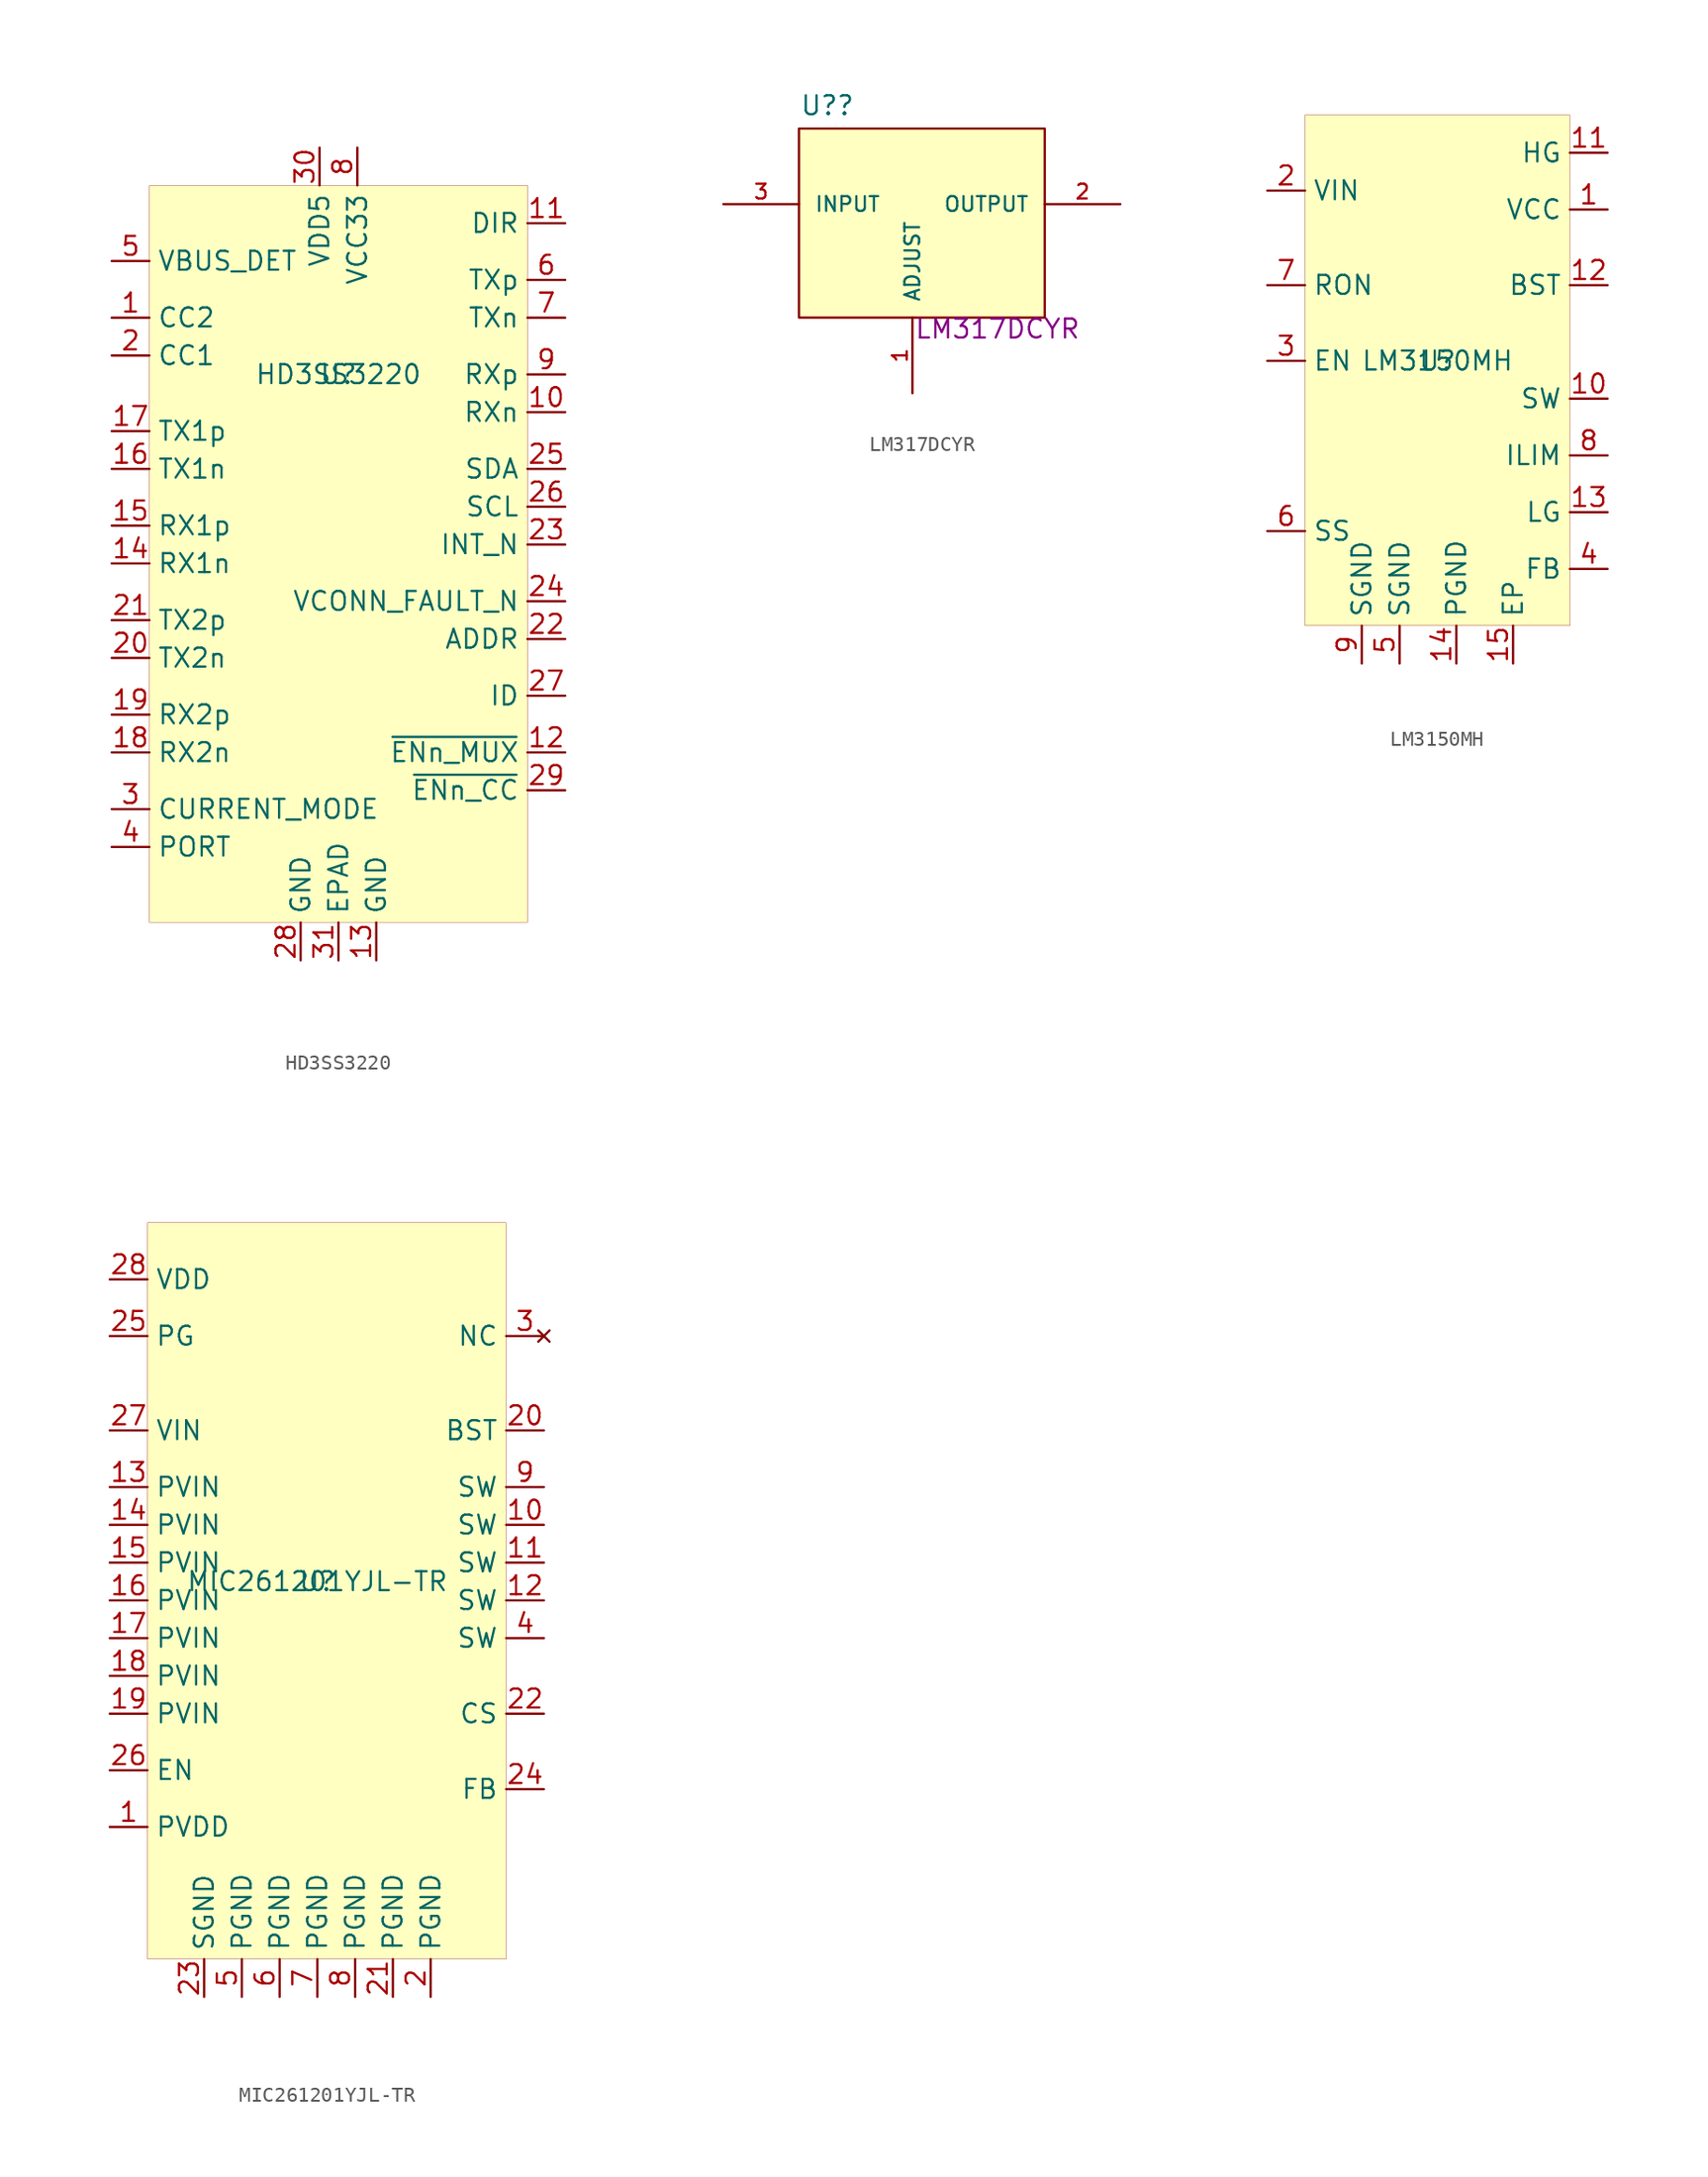
<source format=kicad_sym>
(kicad_symbol_lib
  (version 20210619)
  (generator kicad_symbol_editor)
  (symbol "eval-board-1_buck-regulator:HD3SS3220"
    (property "Reference" "U"
      (at 0 12.7 0)
      (effects (font (size 1.27 1.27))))
    (property "Value" "HD3SS3220"
      (at 0 12.7 0)
      (effects (font (size 1.27 1.27))))
    (symbol "HD3SS3220_0_1"
      (rectangle (start -12.7 25.4) (end 12.7 -24.13) (stroke (width 0.001)) (fill (type background))))
    (symbol "HD3SS3220_1_0"
      (pin bidirectional line (at -15.24 16.51 0) (length 2.54) (name "CC2" (effects (font (size 1.27 1.27)))) (number "1" (effects (font (size 1.27 1.27)))))
      (pin bidirectional line (at 15.24 10.16 180) (length 2.54) (name "RXn" (effects (font (size 1.27 1.27)))) (number "10" (effects (font (size 1.27 1.27)))))
      (pin output line (at 15.24 22.86 180) (length 2.54) (name "DIR" (effects (font (size 1.27 1.27)))) (number "11" (effects (font (size 1.27 1.27)))))
      (pin input line (at 15.24 -12.7 180) (length 2.54) (name "~{ENn_MUX}" (effects (font (size 1.27 1.27)))) (number "12" (effects (font (size 1.27 1.27)))))
      (pin power_in line (at 2.54 -26.67 90) (length 2.54) (name "GND" (effects (font (size 1.27 1.27)))) (number "13" (effects (font (size 1.27 1.27)))))
      (pin bidirectional line (at -15.24 0 0) (length 2.54) (name "RX1n" (effects (font (size 1.27 1.27)))) (number "14" (effects (font (size 1.27 1.27)))))
      (pin bidirectional line (at -15.24 2.54 0) (length 2.54) (name "RX1p" (effects (font (size 1.27 1.27)))) (number "15" (effects (font (size 1.27 1.27)))))
      (pin bidirectional line (at -15.24 6.35 0) (length 2.54) (name "TX1n" (effects (font (size 1.27 1.27)))) (number "16" (effects (font (size 1.27 1.27)))))
      (pin bidirectional line (at -15.24 8.89 0) (length 2.54) (name "TX1p" (effects (font (size 1.27 1.27)))) (number "17" (effects (font (size 1.27 1.27)))))
      (pin bidirectional line (at -15.24 -12.7 0) (length 2.54) (name "RX2n" (effects (font (size 1.27 1.27)))) (number "18" (effects (font (size 1.27 1.27)))))
      (pin bidirectional line (at -15.24 -10.16 0) (length 2.54) (name "RX2p" (effects (font (size 1.27 1.27)))) (number "19" (effects (font (size 1.27 1.27)))))
      (pin bidirectional line (at -15.24 13.97 0) (length 2.54) (name "CC1" (effects (font (size 1.27 1.27)))) (number "2" (effects (font (size 1.27 1.27)))))
      (pin bidirectional line (at -15.24 -6.35 0) (length 2.54) (name "TX2n" (effects (font (size 1.27 1.27)))) (number "20" (effects (font (size 1.27 1.27)))))
      (pin bidirectional line (at -15.24 -3.81 0) (length 2.54) (name "TX2p" (effects (font (size 1.27 1.27)))) (number "21" (effects (font (size 1.27 1.27)))))
      (pin input line (at 15.24 -5.08 180) (length 2.54) (name "ADDR" (effects (font (size 1.27 1.27)))) (number "22" (effects (font (size 1.27 1.27)))))
      (pin output line (at 15.24 1.27 180) (length 2.54) (name "INT_N" (effects (font (size 1.27 1.27)))) (number "23" (effects (font (size 1.27 1.27)))) (alternate "OUT3" output line))
      (pin output line (at 15.24 -2.54 180) (length 2.54) (name "VCONN_FAULT_N" (effects (font (size 1.27 1.27)))) (number "24" (effects (font (size 1.27 1.27)))))
      (pin bidirectional line (at 15.24 6.35 180) (length 2.54) (name "SDA" (effects (font (size 1.27 1.27)))) (number "25" (effects (font (size 1.27 1.27)))) (alternate "OUT1" bidirectional line))
      (pin bidirectional line (at 15.24 3.81 180) (length 2.54) (name "SCL" (effects (font (size 1.27 1.27)))) (number "26" (effects (font (size 1.27 1.27)))) (alternate "OUT2" bidirectional line))
      (pin output line (at 15.24 -8.89 180) (length 2.54) (name "ID" (effects (font (size 1.27 1.27)))) (number "27" (effects (font (size 1.27 1.27)))))
      (pin power_in line (at -2.54 -26.67 90) (length 2.54) (name "GND" (effects (font (size 1.27 1.27)))) (number "28" (effects (font (size 1.27 1.27)))))
      (pin input line (at 15.24 -15.24 180) (length 2.54) (name "~{ENn_CC}" (effects (font (size 1.27 1.27)))) (number "29" (effects (font (size 1.27 1.27)))))
      (pin input line (at -15.24 -16.51 0) (length 2.54) (name "CURRENT_MODE" (effects (font (size 1.27 1.27)))) (number "3" (effects (font (size 1.27 1.27)))))
      (pin power_in line (at -1.27 27.94 270) (length 2.54) (name "VDD5" (effects (font (size 1.27 1.27)))) (number "30" (effects (font (size 1.27 1.27)))))
      (pin power_in line (at 0 -26.67 90) (length 2.54) (name "EPAD" (effects (font (size 1.27 1.27)))) (number "31" (effects (font (size 1.27 1.27)))))
      (pin input line (at -15.24 -19.05 0) (length 2.54) (name "PORT" (effects (font (size 1.27 1.27)))) (number "4" (effects (font (size 1.27 1.27)))))
      (pin input line (at -15.24 20.32 0) (length 2.54) (name "VBUS_DET" (effects (font (size 1.27 1.27)))) (number "5" (effects (font (size 1.27 1.27)))))
      (pin bidirectional line (at 15.24 19.05 180) (length 2.54) (name "TXp" (effects (font (size 1.27 1.27)))) (number "6" (effects (font (size 1.27 1.27)))))
      (pin bidirectional line (at 15.24 16.51 180) (length 2.54) (name "TXn" (effects (font (size 1.27 1.27)))) (number "7" (effects (font (size 1.27 1.27)))))
      (pin power_in line (at 1.27 27.94 270) (length 2.54) (name "VCC33" (effects (font (size 1.27 1.27)))) (number "8" (effects (font (size 1.27 1.27)))))
      (pin bidirectional line (at 15.24 12.7 180) (length 2.54) (name "RXp" (effects (font (size 1.27 1.27)))) (number "9" (effects (font (size 1.27 1.27)))))))
  (symbol "eval-board-1_buck-regulator:LM317DCYR"
    (pin_names
      (offset 1.016))
    (property "Reference" "U?"
      (at -5.715 6.623 0)
      (effects (font (size 1.27 1.27))))
    (property "id" "LM317DCYR"
      (at 5.715 -8.376 0)
      (effects (font (size 1.27 1.27))))
    (symbol "LM317DCYR_0_1"
      (rectangle (start -7.62 5.08) (end 8.89 -7.62) (stroke (width 0)) (fill (type background))))
    (symbol "LM317DCYR_1_1"
      (pin input line (at 0 -12.7 90) (length 5.08) (name "ADJUST" (effects (font (size 0.991 0.991)))) (number "1" (effects (font (size 0.991 0.991)))))
      (pin power_out line (at 13.97 0 180) (length 5.08) (name "OUTPUT" (effects (font (size 0.991 0.991)))) (number "2" (effects (font (size 0.991 0.991)))))
      (pin power_in line (at -12.7 0 0) (length 5.08) (name "INPUT" (effects (font (size 0.991 0.991)))) (number "3" (effects (font (size 0.991 0.991)))))
      (pin passive line (at 13.97 0 180) (length 5.08) hide (name "OUTPUT" (effects (font (size 0.991 0.991)))) (number "4" (effects (font (size 0.991 0.991)))))))
  (symbol "eval-board-1_buck-regulator:LM3150MH"
    (property "Reference" "U"
      (at 0 0 0)
      (effects (font (size 1.27 1.27))))
    (property "Value" "LM3150MH"
      (at 0 0 0)
      (effects (font (size 1.27 1.27))))
    (symbol "LM3150MH_0_0"
      (pin power_out line (at 11.43 -2.54 180) (length 2.54) (name "SW" (effects (font (size 1.27 1.27)))) (number "10" (effects (font (size 1.27 1.27))))))
    (symbol "LM3150MH_0_1"
      (rectangle (start -8.89 16.51) (end 8.89 -17.78) (stroke (width 0.001)) (fill (type background))))
    (symbol "LM3150MH_1_1"
      (pin power_out line (at 11.43 10.16 180) (length 2.54) (name "VCC" (effects (font (size 1.27 1.27)))) (number "1" (effects (font (size 1.27 1.27)))))
      (pin output line (at 11.43 13.97 180) (length 2.54) (name "HG" (effects (font (size 1.27 1.27)))) (number "11" (effects (font (size 1.27 1.27)))))
      (pin output line (at 11.43 5.08 180) (length 2.54) (name "BST" (effects (font (size 1.27 1.27)))) (number "12" (effects (font (size 1.27 1.27)))))
      (pin output line (at 11.43 -10.16 180) (length 2.54) (name "LG" (effects (font (size 1.27 1.27)))) (number "13" (effects (font (size 1.27 1.27)))))
      (pin power_in line (at 1.27 -20.32 90) (length 2.54) (name "PGND" (effects (font (size 1.27 1.27)))) (number "14" (effects (font (size 1.27 1.27)))))
      (pin power_in line (at 5.08 -20.32 90) (length 2.54) (name "EP" (effects (font (size 1.27 1.27)))) (number "15" (effects (font (size 1.27 1.27)))))
      (pin power_in line (at -11.43 11.43 0) (length 2.54) (name "VIN" (effects (font (size 1.27 1.27)))) (number "2" (effects (font (size 1.27 1.27)))))
      (pin input line (at -11.43 0 0) (length 2.54) (name "EN" (effects (font (size 1.27 1.27)))) (number "3" (effects (font (size 1.27 1.27)))))
      (pin input line (at 11.43 -13.97 180) (length 2.54) (name "FB" (effects (font (size 1.27 1.27)))) (number "4" (effects (font (size 1.27 1.27)))))
      (pin power_in line (at -2.54 -20.32 90) (length 2.54) (name "SGND" (effects (font (size 1.27 1.27)))) (number "5" (effects (font (size 1.27 1.27)))))
      (pin input line (at -11.43 -11.43 0) (length 2.54) (name "SS" (effects (font (size 1.27 1.27)))) (number "6" (effects (font (size 1.27 1.27)))))
      (pin input line (at -11.43 5.08 0) (length 2.54) (name "RON" (effects (font (size 1.27 1.27)))) (number "7" (effects (font (size 1.27 1.27)))))
      (pin input line (at 11.43 -6.35 180) (length 2.54) (name "ILIM" (effects (font (size 1.27 1.27)))) (number "8" (effects (font (size 1.27 1.27)))))
      (pin power_in line (at -5.08 -20.32 90) (length 2.54) (name "SGND" (effects (font (size 1.27 1.27)))) (number "9" (effects (font (size 1.27 1.27)))))))
  (symbol "eval-board-1_buck-regulator:MIC261201YJL-TR"
    (property "Reference" "U"
      (at 0 0 0)
      (effects (font (size 1.27 1.27))))
    (property "Value" "MIC261201YJL-TR"
      (at 0 0 0)
      (effects (font (size 1.27 1.27))))
    (symbol "MIC261201YJL-TR_0_1"
      (rectangle (start -11.43 24.13) (end 12.7 -25.4) (stroke (width 0.001)) (fill (type background))))
    (symbol "MIC261201YJL-TR_1_1"
      (pin power_out line (at -13.97 -16.51 0) (length 2.54) (name "PVDD" (effects (font (size 1.27 1.27)))) (number "1" (effects (font (size 1.27 1.27)))))
      (pin passive line (at 15.24 3.81 180) (length 2.54) (name "SW" (effects (font (size 1.27 1.27)))) (number "10" (effects (font (size 1.27 1.27)))))
      (pin passive line (at 15.24 1.27 180) (length 2.54) (name "SW" (effects (font (size 1.27 1.27)))) (number "11" (effects (font (size 1.27 1.27)))))
      (pin passive line (at 15.24 -1.27 180) (length 2.54) (name "SW" (effects (font (size 1.27 1.27)))) (number "12" (effects (font (size 1.27 1.27)))))
      (pin power_in line (at -13.97 6.35 0) (length 2.54) (name "PVIN" (effects (font (size 1.27 1.27)))) (number "13" (effects (font (size 1.27 1.27)))))
      (pin power_in line (at -13.97 3.81 0) (length 2.54) (name "PVIN" (effects (font (size 1.27 1.27)))) (number "14" (effects (font (size 1.27 1.27)))))
      (pin power_in line (at -13.97 1.27 0) (length 2.54) (name "PVIN" (effects (font (size 1.27 1.27)))) (number "15" (effects (font (size 1.27 1.27)))))
      (pin power_in line (at -13.97 -1.27 0) (length 2.54) (name "PVIN" (effects (font (size 1.27 1.27)))) (number "16" (effects (font (size 1.27 1.27)))))
      (pin power_in line (at -13.97 -3.81 0) (length 2.54) (name "PVIN" (effects (font (size 1.27 1.27)))) (number "17" (effects (font (size 1.27 1.27)))))
      (pin power_in line (at -13.97 -6.35 0) (length 2.54) (name "PVIN" (effects (font (size 1.27 1.27)))) (number "18" (effects (font (size 1.27 1.27)))))
      (pin power_in line (at -13.97 -8.89 0) (length 2.54) (name "PVIN" (effects (font (size 1.27 1.27)))) (number "19" (effects (font (size 1.27 1.27)))))
      (pin power_in line (at 7.62 -27.94 90) (length 2.54) (name "PGND" (effects (font (size 1.27 1.27)))) (number "2" (effects (font (size 1.27 1.27)))))
      (pin output line (at 15.24 10.16 180) (length 2.54) (name "BST" (effects (font (size 1.27 1.27)))) (number "20" (effects (font (size 1.27 1.27)))))
      (pin power_in line (at 5.08 -27.94 90) (length 2.54) (name "PGND" (effects (font (size 1.27 1.27)))) (number "21" (effects (font (size 1.27 1.27)))))
      (pin input line (at 15.24 -8.89 180) (length 2.54) (name "CS" (effects (font (size 1.27 1.27)))) (number "22" (effects (font (size 1.27 1.27)))))
      (pin power_in line (at -7.62 -27.94 90) (length 2.54) (name "SGND" (effects (font (size 1.27 1.27)))) (number "23" (effects (font (size 1.27 1.27)))))
      (pin input line (at 15.24 -13.97 180) (length 2.54) (name "FB" (effects (font (size 1.27 1.27)))) (number "24" (effects (font (size 1.27 1.27)))))
      (pin output line (at -13.97 16.51 0) (length 2.54) (name "PG" (effects (font (size 1.27 1.27)))) (number "25" (effects (font (size 1.27 1.27)))))
      (pin input line (at -13.97 -12.7 0) (length 2.54) (name "EN" (effects (font (size 1.27 1.27)))) (number "26" (effects (font (size 1.27 1.27)))))
      (pin power_in line (at -13.97 10.16 0) (length 2.54) (name "VIN" (effects (font (size 1.27 1.27)))) (number "27" (effects (font (size 1.27 1.27)))))
      (pin power_out line (at -13.97 20.32 0) (length 2.54) (name "VDD" (effects (font (size 1.27 1.27)))) (number "28" (effects (font (size 1.27 1.27)))))
      (pin no_connect line (at 15.24 16.51 180) (length 2.54) (name "NC" (effects (font (size 1.27 1.27)))) (number "3" (effects (font (size 1.27 1.27)))))
      (pin passive line (at 15.24 -3.81 180) (length 2.54) (name "SW" (effects (font (size 1.27 1.27)))) (number "4" (effects (font (size 1.27 1.27)))))
      (pin power_in line (at -5.08 -27.94 90) (length 2.54) (name "PGND" (effects (font (size 1.27 1.27)))) (number "5" (effects (font (size 1.27 1.27)))))
      (pin power_in line (at -2.54 -27.94 90) (length 2.54) (name "PGND" (effects (font (size 1.27 1.27)))) (number "6" (effects (font (size 1.27 1.27)))))
      (pin power_in line (at 0 -27.94 90) (length 2.54) (name "PGND" (effects (font (size 1.27 1.27)))) (number "7" (effects (font (size 1.27 1.27)))))
      (pin power_in line (at 2.54 -27.94 90) (length 2.54) (name "PGND" (effects (font (size 1.27 1.27)))) (number "8" (effects (font (size 1.27 1.27)))))
      (pin power_out line (at 15.24 6.35 180) (length 2.54) (name "SW" (effects (font (size 1.27 1.27)))) (number "9" (effects (font (size 1.27 1.27))))))))
</source>
